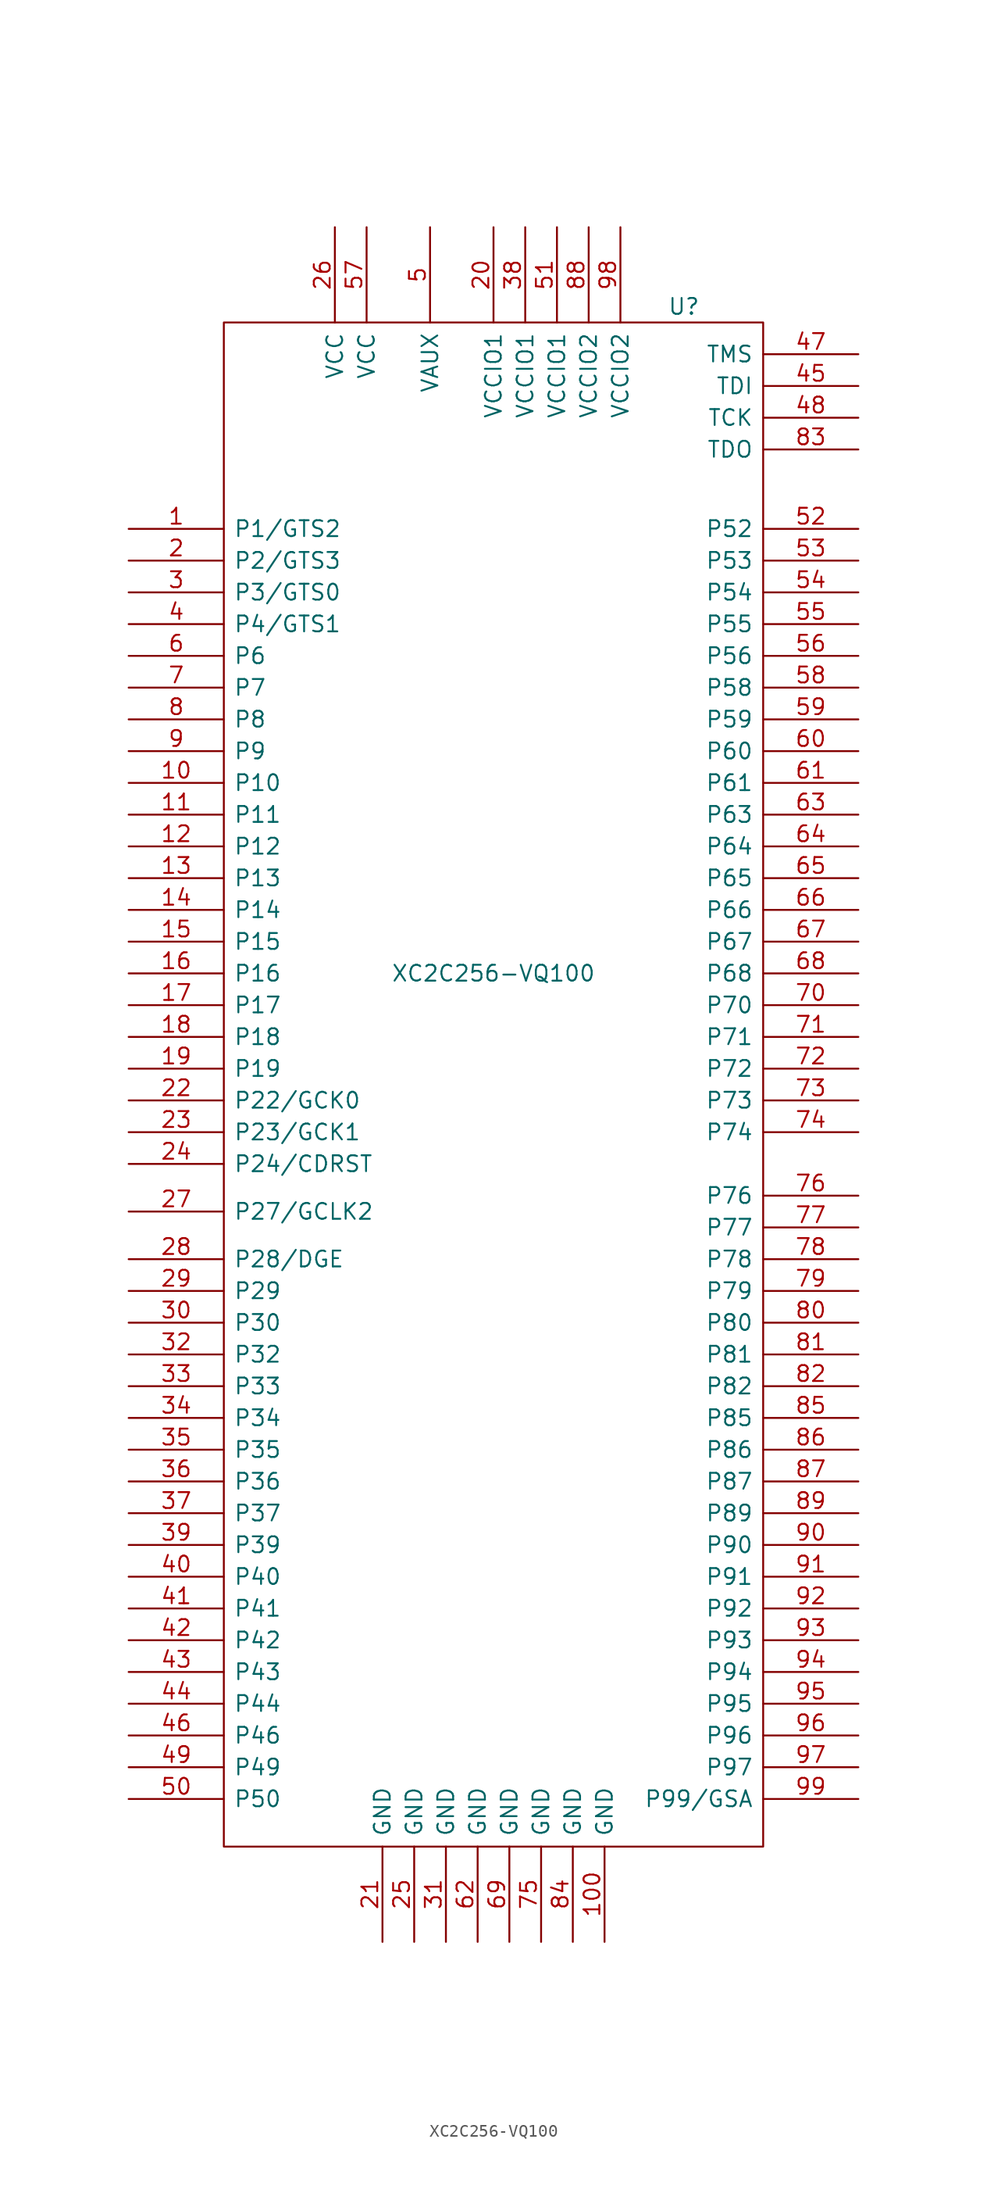
<source format=kicad_sym>
(kicad_symbol_lib
  (version 20211014)
  (generator kicad_symbol_editor)
  (symbol "XC2C256-VQ100"
    (pin_names
      (offset 0.762))
    (property "Reference" "U"
      (at 15.24 62.23 0)
      (effects (font (size 1.27 1.27))))
    (property "Value" "XC2C256-VQ100"
      (at 0 8.89 0)
      (effects (font (size 1.27 1.27))))
    (symbol "XC2C256-VQ100_0_1"
      (rectangle (start 21.59 60.96) (end -21.59 -60.96) (stroke (width 0) (type default) (color 0 0 0 0)) (fill (type none))))
    (symbol "XC2C256-VQ100_1_1"
      (pin bidirectional line (at -29.21 44.45 0) (length 7.62) (name "P1/GTS2" (effects (font (size 1.27 1.27)))) (number "1" (effects (font (size 1.27 1.27)))))
      (pin bidirectional line (at -29.21 24.13 0) (length 7.62) (name "P10" (effects (font (size 1.27 1.27)))) (number "10" (effects (font (size 1.27 1.27)))))
      (pin power_in line (at 8.89 -68.58 90) (length 7.62) (name "GND" (effects (font (size 1.27 1.27)))) (number "100" (effects (font (size 1.27 1.27)))))
      (pin bidirectional line (at -29.21 21.59 0) (length 7.62) (name "P11" (effects (font (size 1.27 1.27)))) (number "11" (effects (font (size 1.27 1.27)))))
      (pin bidirectional line (at -29.21 19.05 0) (length 7.62) (name "P12" (effects (font (size 1.27 1.27)))) (number "12" (effects (font (size 1.27 1.27)))))
      (pin bidirectional line (at -29.21 16.51 0) (length 7.62) (name "P13" (effects (font (size 1.27 1.27)))) (number "13" (effects (font (size 1.27 1.27)))))
      (pin bidirectional line (at -29.21 13.97 0) (length 7.62) (name "P14" (effects (font (size 1.27 1.27)))) (number "14" (effects (font (size 1.27 1.27)))))
      (pin bidirectional line (at -29.21 11.43 0) (length 7.62) (name "P15" (effects (font (size 1.27 1.27)))) (number "15" (effects (font (size 1.27 1.27)))))
      (pin bidirectional line (at -29.21 8.89 0) (length 7.62) (name "P16" (effects (font (size 1.27 1.27)))) (number "16" (effects (font (size 1.27 1.27)))))
      (pin bidirectional line (at -29.21 6.35 0) (length 7.62) (name "P17" (effects (font (size 1.27 1.27)))) (number "17" (effects (font (size 1.27 1.27)))))
      (pin bidirectional line (at -29.21 3.81 0) (length 7.62) (name "P18" (effects (font (size 1.27 1.27)))) (number "18" (effects (font (size 1.27 1.27)))))
      (pin bidirectional line (at -29.21 1.27 0) (length 7.62) (name "P19" (effects (font (size 1.27 1.27)))) (number "19" (effects (font (size 1.27 1.27)))))
      (pin bidirectional line (at -29.21 41.91 0) (length 7.62) (name "P2/GTS3" (effects (font (size 1.27 1.27)))) (number "2" (effects (font (size 1.27 1.27)))))
      (pin passive line (at 0 68.58 270) (length 7.62) (name "VCCIO1" (effects (font (size 1.27 1.27)))) (number "20" (effects (font (size 1.27 1.27)))))
      (pin passive line (at -8.89 -68.58 90) (length 7.62) (name "GND" (effects (font (size 1.27 1.27)))) (number "21" (effects (font (size 1.27 1.27)))))
      (pin bidirectional line (at -29.21 -1.27 0) (length 7.62) (name "P22/GCK0" (effects (font (size 1.27 1.27)))) (number "22" (effects (font (size 1.27 1.27)))))
      (pin bidirectional line (at -29.21 -3.81 0) (length 7.62) (name "P23/GCK1" (effects (font (size 1.27 1.27)))) (number "23" (effects (font (size 1.27 1.27)))))
      (pin bidirectional line (at -29.21 -6.35 0) (length 7.62) (name "P24/CDRST" (effects (font (size 1.27 1.27)))) (number "24" (effects (font (size 1.27 1.27)))))
      (pin passive line (at -6.35 -68.58 90) (length 7.62) (name "GND" (effects (font (size 1.27 1.27)))) (number "25" (effects (font (size 1.27 1.27)))))
      (pin passive line (at -12.7 68.58 270) (length 7.62) (name "VCC" (effects (font (size 1.27 1.27)))) (number "26" (effects (font (size 1.27 1.27)))))
      (pin bidirectional line (at -29.21 -10.16 0) (length 7.62) (name "P27/GCLK2" (effects (font (size 1.27 1.27)))) (number "27" (effects (font (size 1.27 1.27)))))
      (pin bidirectional line (at -29.21 -13.97 0) (length 7.62) (name "P28/DGE" (effects (font (size 1.27 1.27)))) (number "28" (effects (font (size 1.27 1.27)))))
      (pin bidirectional line (at -29.21 -16.51 0) (length 7.62) (name "P29" (effects (font (size 1.27 1.27)))) (number "29" (effects (font (size 1.27 1.27)))))
      (pin bidirectional line (at -29.21 39.37 0) (length 7.62) (name "P3/GTS0" (effects (font (size 1.27 1.27)))) (number "3" (effects (font (size 1.27 1.27)))))
      (pin bidirectional line (at -29.21 -19.05 0) (length 7.62) (name "P30" (effects (font (size 1.27 1.27)))) (number "30" (effects (font (size 1.27 1.27)))))
      (pin passive line (at -3.81 -68.58 90) (length 7.62) (name "GND" (effects (font (size 1.27 1.27)))) (number "31" (effects (font (size 1.27 1.27)))))
      (pin bidirectional line (at -29.21 -21.59 0) (length 7.62) (name "P32" (effects (font (size 1.27 1.27)))) (number "32" (effects (font (size 1.27 1.27)))))
      (pin bidirectional line (at -29.21 -24.13 0) (length 7.62) (name "P33" (effects (font (size 1.27 1.27)))) (number "33" (effects (font (size 1.27 1.27)))))
      (pin bidirectional line (at -29.21 -26.67 0) (length 7.62) (name "P34" (effects (font (size 1.27 1.27)))) (number "34" (effects (font (size 1.27 1.27)))))
      (pin bidirectional line (at -29.21 -29.21 0) (length 7.62) (name "P35" (effects (font (size 1.27 1.27)))) (number "35" (effects (font (size 1.27 1.27)))))
      (pin bidirectional line (at -29.21 -31.75 0) (length 7.62) (name "P36" (effects (font (size 1.27 1.27)))) (number "36" (effects (font (size 1.27 1.27)))))
      (pin bidirectional line (at -29.21 -34.29 0) (length 7.62) (name "P37" (effects (font (size 1.27 1.27)))) (number "37" (effects (font (size 1.27 1.27)))))
      (pin passive line (at 2.54 68.58 270) (length 7.62) (name "VCCIO1" (effects (font (size 1.27 1.27)))) (number "38" (effects (font (size 1.27 1.27)))))
      (pin bidirectional line (at -29.21 -36.83 0) (length 7.62) (name "P39" (effects (font (size 1.27 1.27)))) (number "39" (effects (font (size 1.27 1.27)))))
      (pin bidirectional line (at -29.21 36.83 0) (length 7.62) (name "P4/GTS1" (effects (font (size 1.27 1.27)))) (number "4" (effects (font (size 1.27 1.27)))))
      (pin bidirectional line (at -29.21 -39.37 0) (length 7.62) (name "P40" (effects (font (size 1.27 1.27)))) (number "40" (effects (font (size 1.27 1.27)))))
      (pin bidirectional line (at -29.21 -41.91 0) (length 7.62) (name "P41" (effects (font (size 1.27 1.27)))) (number "41" (effects (font (size 1.27 1.27)))))
      (pin bidirectional line (at -29.21 -44.45 0) (length 7.62) (name "P42" (effects (font (size 1.27 1.27)))) (number "42" (effects (font (size 1.27 1.27)))))
      (pin bidirectional line (at -29.21 -46.99 0) (length 7.62) (name "P43" (effects (font (size 1.27 1.27)))) (number "43" (effects (font (size 1.27 1.27)))))
      (pin bidirectional line (at -29.21 -49.53 0) (length 7.62) (name "P44" (effects (font (size 1.27 1.27)))) (number "44" (effects (font (size 1.27 1.27)))))
      (pin input line (at 29.21 55.88 180) (length 7.62) (name "TDI" (effects (font (size 1.27 1.27)))) (number "45" (effects (font (size 1.27 1.27)))))
      (pin bidirectional line (at -29.21 -52.07 0) (length 7.62) (name "P46" (effects (font (size 1.27 1.27)))) (number "46" (effects (font (size 1.27 1.27)))))
      (pin input line (at 29.21 58.42 180) (length 7.62) (name "TMS" (effects (font (size 1.27 1.27)))) (number "47" (effects (font (size 1.27 1.27)))))
      (pin input line (at 29.21 53.34 180) (length 7.62) (name "TCK" (effects (font (size 1.27 1.27)))) (number "48" (effects (font (size 1.27 1.27)))))
      (pin bidirectional line (at -29.21 -54.61 0) (length 7.62) (name "P49" (effects (font (size 1.27 1.27)))) (number "49" (effects (font (size 1.27 1.27)))))
      (pin power_in line (at -5.08 68.58 270) (length 7.62) (name "VAUX" (effects (font (size 1.27 1.27)))) (number "5" (effects (font (size 1.27 1.27)))))
      (pin bidirectional line (at -29.21 -57.15 0) (length 7.62) (name "P50" (effects (font (size 1.27 1.27)))) (number "50" (effects (font (size 1.27 1.27)))))
      (pin passive line (at 5.08 68.58 270) (length 7.62) (name "VCCIO1" (effects (font (size 1.27 1.27)))) (number "51" (effects (font (size 1.27 1.27)))))
      (pin bidirectional line (at 29.21 44.45 180) (length 7.62) (name "P52" (effects (font (size 1.27 1.27)))) (number "52" (effects (font (size 1.27 1.27)))))
      (pin bidirectional line (at 29.21 41.91 180) (length 7.62) (name "P53" (effects (font (size 1.27 1.27)))) (number "53" (effects (font (size 1.27 1.27)))))
      (pin bidirectional line (at 29.21 39.37 180) (length 7.62) (name "P54" (effects (font (size 1.27 1.27)))) (number "54" (effects (font (size 1.27 1.27)))))
      (pin bidirectional line (at 29.21 36.83 180) (length 7.62) (name "P55" (effects (font (size 1.27 1.27)))) (number "55" (effects (font (size 1.27 1.27)))))
      (pin bidirectional line (at 29.21 34.29 180) (length 7.62) (name "P56" (effects (font (size 1.27 1.27)))) (number "56" (effects (font (size 1.27 1.27)))))
      (pin passive line (at -10.16 68.58 270) (length 7.62) (name "VCC" (effects (font (size 1.27 1.27)))) (number "57" (effects (font (size 1.27 1.27)))))
      (pin bidirectional line (at 29.21 31.75 180) (length 7.62) (name "P58" (effects (font (size 1.27 1.27)))) (number "58" (effects (font (size 1.27 1.27)))))
      (pin bidirectional line (at 29.21 29.21 180) (length 7.62) (name "P59" (effects (font (size 1.27 1.27)))) (number "59" (effects (font (size 1.27 1.27)))))
      (pin bidirectional line (at -29.21 34.29 0) (length 7.62) (name "P6" (effects (font (size 1.27 1.27)))) (number "6" (effects (font (size 1.27 1.27)))))
      (pin bidirectional line (at 29.21 26.67 180) (length 7.62) (name "P60" (effects (font (size 1.27 1.27)))) (number "60" (effects (font (size 1.27 1.27)))))
      (pin bidirectional line (at 29.21 24.13 180) (length 7.62) (name "P61" (effects (font (size 1.27 1.27)))) (number "61" (effects (font (size 1.27 1.27)))))
      (pin passive line (at -1.27 -68.58 90) (length 7.62) (name "GND" (effects (font (size 1.27 1.27)))) (number "62" (effects (font (size 1.27 1.27)))))
      (pin bidirectional line (at 29.21 21.59 180) (length 7.62) (name "P63" (effects (font (size 1.27 1.27)))) (number "63" (effects (font (size 1.27 1.27)))))
      (pin bidirectional line (at 29.21 19.05 180) (length 7.62) (name "P64" (effects (font (size 1.27 1.27)))) (number "64" (effects (font (size 1.27 1.27)))))
      (pin bidirectional line (at 29.21 16.51 180) (length 7.62) (name "P65" (effects (font (size 1.27 1.27)))) (number "65" (effects (font (size 1.27 1.27)))))
      (pin bidirectional line (at 29.21 13.97 180) (length 7.62) (name "P66" (effects (font (size 1.27 1.27)))) (number "66" (effects (font (size 1.27 1.27)))))
      (pin bidirectional line (at 29.21 11.43 180) (length 7.62) (name "P67" (effects (font (size 1.27 1.27)))) (number "67" (effects (font (size 1.27 1.27)))))
      (pin bidirectional line (at 29.21 8.89 180) (length 7.62) (name "P68" (effects (font (size 1.27 1.27)))) (number "68" (effects (font (size 1.27 1.27)))))
      (pin passive line (at 1.27 -68.58 90) (length 7.62) (name "GND" (effects (font (size 1.27 1.27)))) (number "69" (effects (font (size 1.27 1.27)))))
      (pin bidirectional line (at -29.21 31.75 0) (length 7.62) (name "P7" (effects (font (size 1.27 1.27)))) (number "7" (effects (font (size 1.27 1.27)))))
      (pin bidirectional line (at 29.21 6.35 180) (length 7.62) (name "P70" (effects (font (size 1.27 1.27)))) (number "70" (effects (font (size 1.27 1.27)))))
      (pin bidirectional line (at 29.21 3.81 180) (length 7.62) (name "P71" (effects (font (size 1.27 1.27)))) (number "71" (effects (font (size 1.27 1.27)))))
      (pin bidirectional line (at 29.21 1.27 180) (length 7.62) (name "P72" (effects (font (size 1.27 1.27)))) (number "72" (effects (font (size 1.27 1.27)))))
      (pin bidirectional line (at 29.21 -1.27 180) (length 7.62) (name "P73" (effects (font (size 1.27 1.27)))) (number "73" (effects (font (size 1.27 1.27)))))
      (pin bidirectional line (at 29.21 -3.81 180) (length 7.62) (name "P74" (effects (font (size 1.27 1.27)))) (number "74" (effects (font (size 1.27 1.27)))))
      (pin passive line (at 3.81 -68.58 90) (length 7.62) (name "GND" (effects (font (size 1.27 1.27)))) (number "75" (effects (font (size 1.27 1.27)))))
      (pin bidirectional line (at 29.21 -8.89 180) (length 7.62) (name "P76" (effects (font (size 1.27 1.27)))) (number "76" (effects (font (size 1.27 1.27)))))
      (pin bidirectional line (at 29.21 -11.43 180) (length 7.62) (name "P77" (effects (font (size 1.27 1.27)))) (number "77" (effects (font (size 1.27 1.27)))))
      (pin bidirectional line (at 29.21 -13.97 180) (length 7.62) (name "P78" (effects (font (size 1.27 1.27)))) (number "78" (effects (font (size 1.27 1.27)))))
      (pin bidirectional line (at 29.21 -16.51 180) (length 7.62) (name "P79" (effects (font (size 1.27 1.27)))) (number "79" (effects (font (size 1.27 1.27)))))
      (pin bidirectional line (at -29.21 29.21 0) (length 7.62) (name "P8" (effects (font (size 1.27 1.27)))) (number "8" (effects (font (size 1.27 1.27)))))
      (pin bidirectional line (at 29.21 -19.05 180) (length 7.62) (name "P80" (effects (font (size 1.27 1.27)))) (number "80" (effects (font (size 1.27 1.27)))))
      (pin bidirectional line (at 29.21 -21.59 180) (length 7.62) (name "P81" (effects (font (size 1.27 1.27)))) (number "81" (effects (font (size 1.27 1.27)))))
      (pin bidirectional line (at 29.21 -24.13 180) (length 7.62) (name "P82" (effects (font (size 1.27 1.27)))) (number "82" (effects (font (size 1.27 1.27)))))
      (pin output line (at 29.21 50.8 180) (length 7.62) (name "TDO" (effects (font (size 1.27 1.27)))) (number "83" (effects (font (size 1.27 1.27)))))
      (pin passive line (at 6.35 -68.58 90) (length 7.62) (name "GND" (effects (font (size 1.27 1.27)))) (number "84" (effects (font (size 1.27 1.27)))))
      (pin bidirectional line (at 29.21 -26.67 180) (length 7.62) (name "P85" (effects (font (size 1.27 1.27)))) (number "85" (effects (font (size 1.27 1.27)))))
      (pin bidirectional line (at 29.21 -29.21 180) (length 7.62) (name "P86" (effects (font (size 1.27 1.27)))) (number "86" (effects (font (size 1.27 1.27)))))
      (pin bidirectional line (at 29.21 -31.75 180) (length 7.62) (name "P87" (effects (font (size 1.27 1.27)))) (number "87" (effects (font (size 1.27 1.27)))))
      (pin passive line (at 7.62 68.58 270) (length 7.62) (name "VCCIO2" (effects (font (size 1.27 1.27)))) (number "88" (effects (font (size 1.27 1.27)))))
      (pin bidirectional line (at 29.21 -34.29 180) (length 7.62) (name "P89" (effects (font (size 1.27 1.27)))) (number "89" (effects (font (size 1.27 1.27)))))
      (pin bidirectional line (at -29.21 26.67 0) (length 7.62) (name "P9" (effects (font (size 1.27 1.27)))) (number "9" (effects (font (size 1.27 1.27)))))
      (pin bidirectional line (at 29.21 -36.83 180) (length 7.62) (name "P90" (effects (font (size 1.27 1.27)))) (number "90" (effects (font (size 1.27 1.27)))))
      (pin bidirectional line (at 29.21 -39.37 180) (length 7.62) (name "P91" (effects (font (size 1.27 1.27)))) (number "91" (effects (font (size 1.27 1.27)))))
      (pin bidirectional line (at 29.21 -41.91 180) (length 7.62) (name "P92" (effects (font (size 1.27 1.27)))) (number "92" (effects (font (size 1.27 1.27)))))
      (pin bidirectional line (at 29.21 -44.45 180) (length 7.62) (name "P93" (effects (font (size 1.27 1.27)))) (number "93" (effects (font (size 1.27 1.27)))))
      (pin bidirectional line (at 29.21 -46.99 180) (length 7.62) (name "P94" (effects (font (size 1.27 1.27)))) (number "94" (effects (font (size 1.27 1.27)))))
      (pin bidirectional line (at 29.21 -49.53 180) (length 7.62) (name "P95" (effects (font (size 1.27 1.27)))) (number "95" (effects (font (size 1.27 1.27)))))
      (pin bidirectional line (at 29.21 -52.07 180) (length 7.62) (name "P96" (effects (font (size 1.27 1.27)))) (number "96" (effects (font (size 1.27 1.27)))))
      (pin bidirectional line (at 29.21 -54.61 180) (length 7.62) (name "P97" (effects (font (size 1.27 1.27)))) (number "97" (effects (font (size 1.27 1.27)))))
      (pin power_in line (at 10.16 68.58 270) (length 7.62) (name "VCCIO2" (effects (font (size 1.27 1.27)))) (number "98" (effects (font (size 1.27 1.27)))))
      (pin bidirectional line (at 29.21 -57.15 180) (length 7.62) (name "P99/GSA" (effects (font (size 1.27 1.27)))) (number "99" (effects (font (size 1.27 1.27))))))))
</source>
